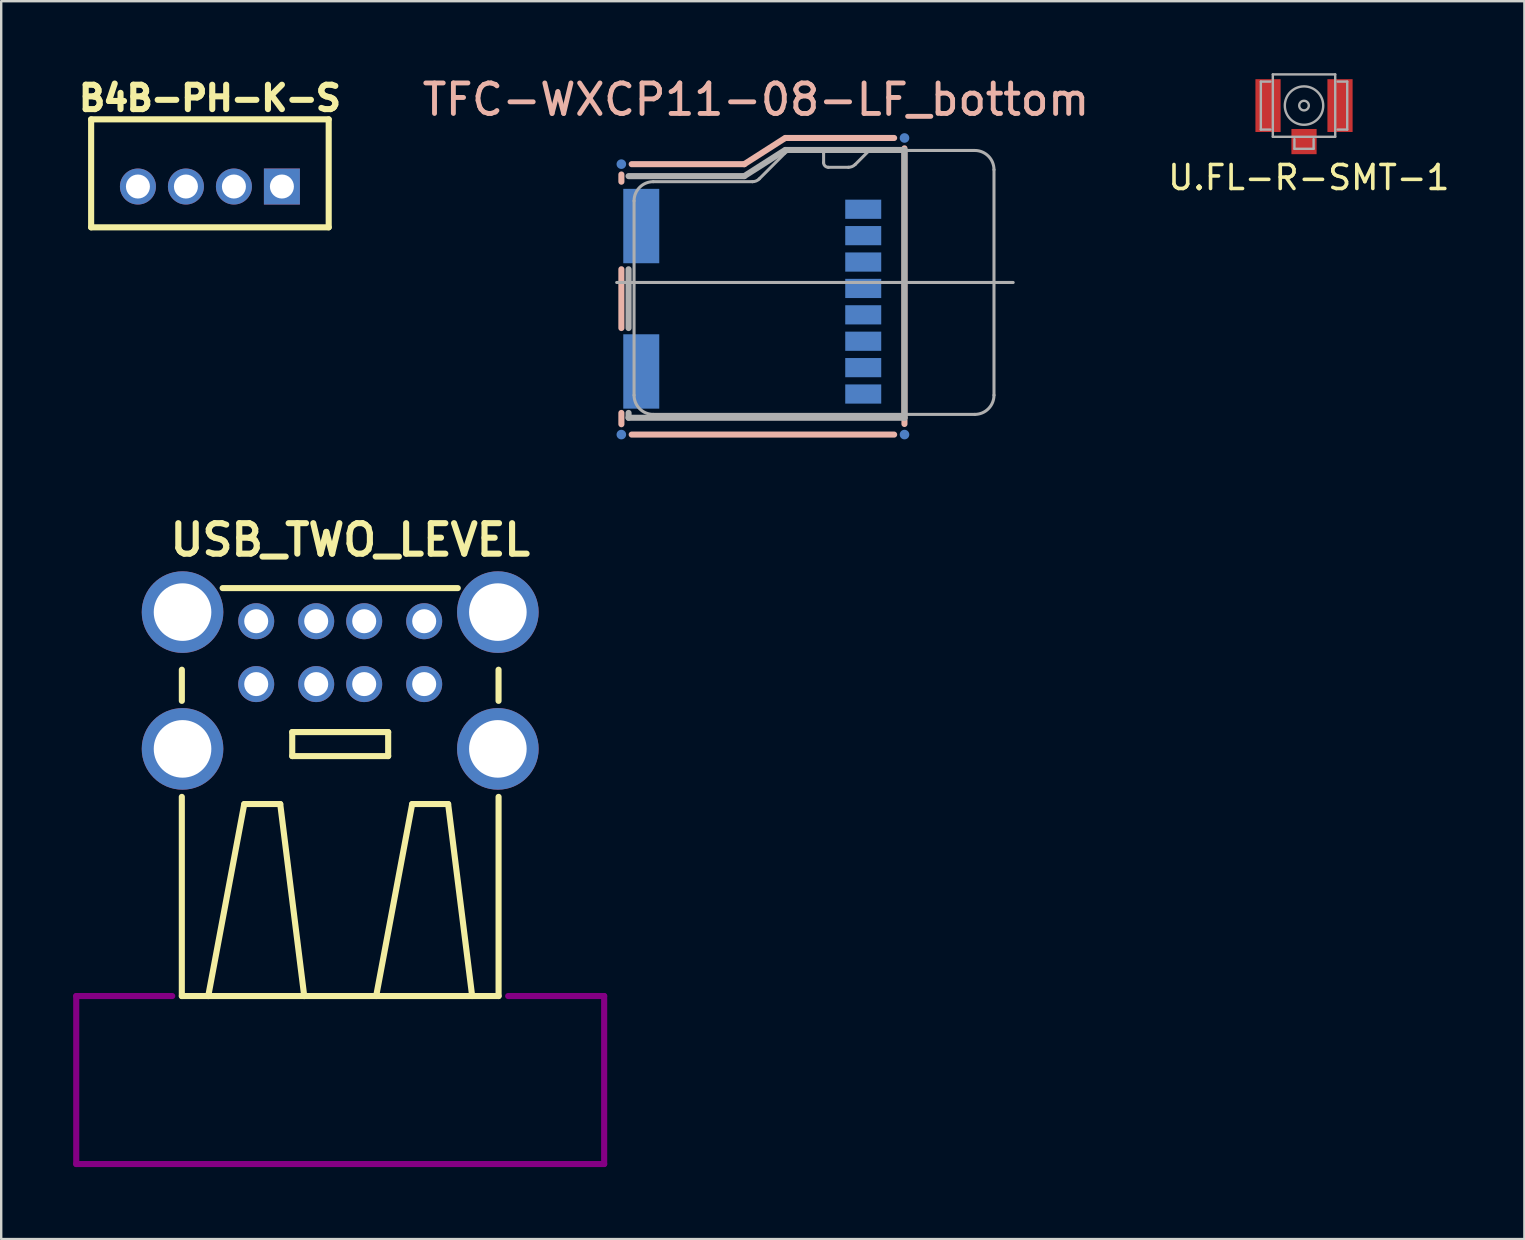
<source format=kicad_pcb>
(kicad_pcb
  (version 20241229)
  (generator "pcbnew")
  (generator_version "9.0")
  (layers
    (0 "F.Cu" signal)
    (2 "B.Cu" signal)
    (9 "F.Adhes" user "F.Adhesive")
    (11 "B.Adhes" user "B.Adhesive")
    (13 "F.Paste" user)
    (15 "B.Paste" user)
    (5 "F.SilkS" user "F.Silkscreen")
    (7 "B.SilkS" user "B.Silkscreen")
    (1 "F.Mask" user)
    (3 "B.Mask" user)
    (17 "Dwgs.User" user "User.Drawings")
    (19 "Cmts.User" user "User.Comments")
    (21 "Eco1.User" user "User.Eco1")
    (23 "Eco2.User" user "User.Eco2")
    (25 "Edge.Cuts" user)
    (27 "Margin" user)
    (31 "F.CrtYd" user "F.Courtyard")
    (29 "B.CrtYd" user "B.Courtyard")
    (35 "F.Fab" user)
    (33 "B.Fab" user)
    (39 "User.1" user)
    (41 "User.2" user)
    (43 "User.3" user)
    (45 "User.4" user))
  (footprint "U.FL-R-SMT-1"
    (layer "F.Cu")
    (at 51.292 1.35)
    (property "Reference" "U.FL-R-SMT-1" (at 0.2 3 0) (layer "F.SilkS") (effects (font (size 1 1) (thickness 0.15))))
    (attr through_hole)
    (fp_line (start -1.8 -1) (end -1.4 -1) (stroke (width 0.1) (type solid)) (layer "F.Fab"))
    (fp_line (start -1.8 1) (end -1.8 -1) (stroke (width 0.1) (type solid)) (layer "F.Fab"))
    (fp_line (start -1.4 1) (end -1.8 1) (stroke (width 0.1) (type solid)) (layer "F.Fab"))
    (fp_line (start -1.3 -1.3) (end 1.3 -1.3) (stroke (width 0.1) (type solid)) (layer "F.Fab"))
    (fp_line (start -1.3 1.3) (end -1.3 -1.3) (stroke (width 0.1) (type solid)) (layer "F.Fab"))
    (fp_line (start -0.4 1.4) (end -0.4 1.8) (stroke (width 0.1) (type solid)) (layer "F.Fab"))
    (fp_line (start -0.4 1.8) (end 0.4 1.8) (stroke (width 0.1) (type solid)) (layer "F.Fab"))
    (fp_line (start 0.4 1.8) (end 0.4 1.4) (stroke (width 0.1) (type solid)) (layer "F.Fab"))
    (fp_line (start 1.3 -1.3) (end 1.3 1.3) (stroke (width 0.1) (type solid)) (layer "F.Fab"))
    (fp_line (start 1.3 1.3) (end -1.3 1.3) (stroke (width 0.1) (type solid)) (layer "F.Fab"))
    (fp_line (start 1.4 -1) (end 1.8 -1) (stroke (width 0.1) (type solid)) (layer "F.Fab"))
    (fp_line (start 1.8 -1) (end 1.8 1) (stroke (width 0.1) (type solid)) (layer "F.Fab"))
    (fp_line (start 1.8 1) (end 1.4 1) (stroke (width 0.1) (type solid)) (layer "F.Fab"))
    (fp_circle (center 0 0) (end 0.2 0) (stroke (width 0.1) (type solid)) (fill no) (layer "F.Fab"))
    (fp_circle (center 0 0) (end 0.8 0) (stroke (width 0.1) (type solid)) (fill no) (layer "F.Fab"))
    (pad "1" smd rect (at 0 1.5) (size 1.05 1.05) (layers "F.Cu" "F.Mask" "F.Paste"))
    (pad "2" smd rect (at -1.5 0) (size 1.05 2.2) (layers "F.Cu" "F.Mask" "F.Paste"))
    (pad "2" smd rect (at 1.5 0) (size 1.05 2.2) (layers "F.Cu" "F.Mask" "F.Paste")))
  (footprint "B4B-PH-K-S"
    (layer "F.Cu")
    (at 5.698 4.723)
    (property "Reference" "B4B-PH-K-S" (at 0 -3.683 0) (layer "F.SilkS") (effects (font (size 1.016 1.016) (thickness 0.254))))
    (attr smd)
    (fp_line (start -4.95 -2.8) (end -4.95 1.7) (stroke (width 0.254) (type solid)) (layer "F.SilkS"))
    (fp_line (start 4.95 -2.8) (end -4.95 -2.8) (stroke (width 0.254) (type solid)) (layer "F.SilkS"))
    (fp_line (start 4.95 -2.8) (end 4.95 1.7) (stroke (width 0.254) (type solid)) (layer "F.SilkS"))
    (fp_line (start 4.95 1.7) (end -4.95 1.7) (stroke (width 0.254) (type solid)) (layer "F.SilkS"))
    (pad "1" thru_hole rect (at 3 0 180) (size 1.5 1.5) (drill 1) (layers "*.Cu" "*.Mask"))
    (pad "2" thru_hole circle (at 1 0 270) (size 1.5 1.5) (drill 1) (layers "*.Cu" "*.Mask"))
    (pad "3" thru_hole circle (at -1 0 270) (size 1.5 1.5) (drill 1) (layers "*.Cu" "*.Mask"))
    (pad "4" thru_hole circle (at -3 0 270) (size 1.5 1.5) (drill 1) (layers "*.Cu" "*.Mask")))
  (footprint "USB_TWO_LEVEL"
    (layer "F.Cu")
    (at 11.127 25.458)
    (property "Reference" "USB_TWO_LEVEL" (at 0.42 -6.01 0) (layer "F.SilkS") (effects (font (size 1.27 1.27) (thickness 0.254))))
    (attr exclude_from_pos_files exclude_from_bom)
    (fp_line (start -6.6 4.7) (end -6.6 13) (stroke (width 0.254) (type solid)) (layer "F.SilkS"))
    (fp_line (start -6.599 -0.599) (end -6.599 0.699) (stroke (width 0.254) (type solid)) (layer "F.SilkS"))
    (fp_line (start -6.599 13) (end -5.499 13) (stroke (width 0.254) (type solid)) (layer "F.SilkS"))
    (fp_line (start -5.5 13) (end -1.5 13) (stroke (width 0.254) (type solid)) (layer "F.SilkS"))
    (fp_line (start -5.499 13) (end -3.998 4.999) (stroke (width 0.254) (type solid)) (layer "F.SilkS"))
    (fp_line (start -3.998 4.999) (end -2.499 4.999) (stroke (width 0.254) (type solid)) (layer "F.SilkS"))
    (fp_line (start -2.499 4.999) (end -1.499 13) (stroke (width 0.254) (type solid)) (layer "F.SilkS"))
    (fp_line (start -1.999 1.999) (end -1.999 3) (stroke (width 0.254) (type solid)) (layer "F.SilkS"))
    (fp_line (start -1.999 3) (end 1.999 3) (stroke (width 0.254) (type solid)) (layer "F.SilkS"))
    (fp_line (start -1.5 13) (end 6.6 13) (stroke (width 0.254) (type solid)) (layer "F.SilkS"))
    (fp_line (start 1.499 13) (end 3 4.999) (stroke (width 0.254) (type solid)) (layer "F.SilkS"))
    (fp_line (start 1.999 1.999) (end -1.999 1.999) (stroke (width 0.254) (type solid)) (layer "F.SilkS"))
    (fp_line (start 1.999 3) (end 1.999 1.999) (stroke (width 0.254) (type solid)) (layer "F.SilkS"))
    (fp_line (start 3 4.999) (end 4.498 4.999) (stroke (width 0.254) (type solid)) (layer "F.SilkS"))
    (fp_line (start 4.498 4.999) (end 5.499 13) (stroke (width 0.254) (type solid)) (layer "F.SilkS"))
    (fp_line (start 4.9 -4) (end -4.9 -4) (stroke (width 0.254) (type solid)) (layer "F.SilkS"))
    (fp_line (start 6.599 0.699) (end 6.599 -0.599) (stroke (width 0.254) (type solid)) (layer "F.SilkS"))
    (fp_line (start 6.6 13) (end 6.6 4.7) (stroke (width 0.254) (type solid)) (layer "F.SilkS"))
    (fp_line (start -11 13) (end -11 20) (stroke (width 0.254) (type solid)) (layer "F.Adhes"))
    (fp_line (start -11 20) (end 11 20) (stroke (width 0.254) (type solid)) (layer "F.Adhes"))
    (fp_line (start -7 13) (end -11 13) (stroke (width 0.254) (type solid)) (layer "F.Adhes"))
    (fp_line (start 11 13) (end 7 13) (stroke (width 0.254) (type solid)) (layer "F.Adhes"))
    (fp_line (start 11 20) (end 11 13) (stroke (width 0.254) (type solid)) (layer "F.Adhes"))
    (pad "0" thru_hole circle (at -6.57 -3) (size 3.4 3.4) (drill 2.4) (layers "*.Cu" "*.Mask"))
    (pad "0" thru_hole circle (at -6.57 2.7) (size 3.4 3.4) (drill 2.4) (layers "*.Cu" "*.Mask"))
    (pad "0" thru_hole circle (at 6.57 -3) (size 3.4 3.4) (drill 2.4) (layers "*.Cu" "*.Mask"))
    (pad "0" thru_hole circle (at 6.57 2.7) (size 3.4 3.4) (drill 2.4) (layers "*.Cu" "*.Mask"))
    (pad "1.1" thru_hole circle (at -3.5 -2.62) (size 1.5 1.5) (drill 1) (layers "*.Cu" "*.Mask"))
    (pad "1.2" thru_hole circle (at -1 -2.62) (size 1.5 1.5) (drill 1) (layers "*.Cu" "*.Mask"))
    (pad "1.3" thru_hole circle (at 1 -2.62) (size 1.5 1.5) (drill 1) (layers "*.Cu" "*.Mask"))
    (pad "1.4" thru_hole circle (at 3.5 -2.62) (size 1.5 1.5) (drill 1) (layers "*.Cu" "*.Mask"))
    (pad "2.1" thru_hole circle (at -3.5 0) (size 1.5 1.5) (drill 1) (layers "*.Cu" "*.Mask"))
    (pad "2.2" thru_hole circle (at -1 0) (size 1.5 1.5) (drill 1) (layers "*.Cu" "*.Mask"))
    (pad "2.3" thru_hole circle (at 1 0) (size 1.5 1.5) (drill 1) (layers "*.Cu" "*.Mask"))
    (pad "2.4" thru_hole circle (at 3.5 0) (size 1.5 1.5) (drill 1) (layers "*.Cu" "*.Mask")))
  (footprint "TFC-WXCP11-08-LF_bottom"
    (layer "B.Cu")
    (at 28.923 9.52)
    (property "Reference" "TFC-WXCP11-08-LF_bottom" (at -0.47 -8.42 0) (layer "B.SilkS") (effects (font (size 1.27 1.27) (thickness 0.203))))
    (attr smd)
    (fp_line (start -6.078 -4.999) (end -6.078 -5.298) (stroke (width 0.254) (type solid)) (layer "B.SilkS"))
    (fp_line (start -6.078 1.1) (end -6.078 -1.349) (stroke (width 0.254) (type solid)) (layer "B.SilkS"))
    (fp_line (start -6.078 5.108) (end -6.078 4.638) (stroke (width 0.254) (type solid)) (layer "B.SilkS"))
    (fp_line (start -5.649 -5.728) (end -0.958 -5.728) (stroke (width 0.254) (type solid)) (layer "B.SilkS"))
    (fp_line (start -0.958 -5.728) (end 0.749 -6.82) (stroke (width 0.254) (type solid)) (layer "B.SilkS"))
    (fp_line (start 5.288 -6.82) (end 0.77 -6.82) (stroke (width 0.254) (type solid)) (layer "B.SilkS"))
    (fp_line (start 5.288 5.54) (end -5.649 5.54) (stroke (width 0.254) (type solid)) (layer "B.SilkS"))
    (fp_line (start 5.718 5.098) (end 5.718 -6.388) (stroke (width 0.254) (type solid)) (layer "B.SilkS"))
    (fp_line (start -6.274 -0.798) (end 10.249 -0.798) (stroke (width 0.127) (type solid)) (layer "F.Fab"))
    (fp_line (start -5.779 -5.23) (end -0.958 -5.23) (stroke (width 0.254) (type solid)) (layer "F.Fab"))
    (fp_line (start -5.779 1.1) (end -5.779 -1.349) (stroke (width 0.254) (type solid)) (layer "F.Fab"))
    (fp_line (start -5.779 4.839) (end -5.779 4.638) (stroke (width 0.254) (type solid)) (layer "F.Fab"))
    (fp_line (start -5.55 3.899) (end -5.55 -4.199) (stroke (width 0.127) (type solid)) (layer "F.Fab"))
    (fp_line (start -4.75 -4.999) (end -0.615 -4.999) (stroke (width 0.127) (type solid)) (layer "F.Fab"))
    (fp_line (start -0.958 -5.23) (end 0.749 -6.32) (stroke (width 0.254) (type solid)) (layer "F.Fab"))
    (fp_line (start -0.333 -5.116) (end 0.732 -6.182) (stroke (width 0.127) (type solid)) (layer "F.Fab"))
    (fp_line (start 1.013 -6.299) (end 2.248 -6.299) (stroke (width 0.127) (type solid)) (layer "F.Fab"))
    (fp_line (start 2.349 -6.198) (end 2.349 -5.799) (stroke (width 0.127) (type solid)) (layer "F.Fab"))
    (fp_line (start 2.548 -5.598) (end 3.383 -5.598) (stroke (width 0.127) (type solid)) (layer "F.Fab"))
    (fp_line (start 3.665 -5.715) (end 4.249 -6.299) (stroke (width 0.127) (type solid)) (layer "F.Fab"))
    (fp_line (start 4.249 -6.299) (end 8.649 -6.299) (stroke (width 0.127) (type solid)) (layer "F.Fab"))
    (fp_line (start 5.718 -6.32) (end 0.77 -6.32) (stroke (width 0.254) (type solid)) (layer "F.Fab"))
    (fp_line (start 5.718 4.839) (end -5.779 4.839) (stroke (width 0.254) (type solid)) (layer "F.Fab"))
    (fp_line (start 5.718 4.839) (end 5.718 -6.32) (stroke (width 0.254) (type solid)) (layer "F.Fab"))
    (fp_line (start 8.649 4.699) (end -4.75 4.699) (stroke (width 0.127) (type solid)) (layer "F.Fab"))
    (fp_line (start 9.449 -5.499) (end 9.449 3.899) (stroke (width 0.127) (type solid)) (layer "F.Fab"))
    (fp_arc (start -5.5499 -4.19862) (mid -5.315556 -4.764376) (end -4.7498 -4.99872) (stroke (width 0.127) (type solid)) (layer "F.Fab"))
    (fp_arc (start -4.7498 4.699) (mid -5.315556 4.464656) (end -5.5499 3.8989) (stroke (width 0.127) (type solid)) (layer "F.Fab"))
    (fp_arc (start -0.33274 -5.11556) (mid -0.462095 -5.029128) (end -0.61468 -4.998777) (stroke (width 0.127) (type solid)) (layer "F.Fab"))
    (fp_arc (start 0.73152 -6.18236) (mid 0.861524 -6.268467) (end 1.014557 -6.298402) (stroke (width 0.127) (type solid)) (layer "F.Fab"))
    (fp_arc (start 2.2479 -6.2992) (mid 2.319742 -6.269442) (end 2.3495 -6.1976) (stroke (width 0.127) (type solid)) (layer "F.Fab"))
    (fp_arc (start 2.54762 -5.59816) (mid 2.405732 -5.656932) (end 2.34696 -5.79882) (stroke (width 0.127) (type solid)) (layer "F.Fab"))
    (fp_arc (start 3.66522 -5.715) (mid 3.534893 -5.628761) (end 3.381484 -5.598961) (stroke (width 0.127) (type solid)) (layer "F.Fab"))
    (fp_arc (start 8.6487 -6.2992) (mid 9.214456 -6.064856) (end 9.4488 -5.4991) (stroke (width 0.127) (type solid)) (layer "F.Fab"))
    (fp_arc (start 9.4488 3.8989) (mid 9.214456 4.464656) (end 8.6487 4.699) (stroke (width 0.127) (type solid)) (layer "F.Fab"))
    (pad "1" smd rect (at 4 -3.85 90) (size 0.8 1.5) (layers "B.Cu" "B.Mask" "B.Paste"))
    (pad "2" smd rect (at 4 -2.75 90) (size 0.8 1.5) (layers "B.Cu" "B.Mask" "B.Paste"))
    (pad "3" smd rect (at 4 -1.65 90) (size 0.8 1.5) (layers "B.Cu" "B.Mask" "B.Paste"))
    (pad "4" smd rect (at 4 -0.55 90) (size 0.8 1.5) (layers "B.Cu" "B.Mask" "B.Paste"))
    (pad "5" smd rect (at 4 0.55 90) (size 0.8 1.5) (layers "B.Cu" "B.Mask" "B.Paste"))
    (pad "6" smd rect (at 4 1.65 90) (size 0.8 1.5) (layers "B.Cu" "B.Mask" "B.Paste"))
    (pad "7" smd rect (at 4 2.75 90) (size 0.8 1.5) (layers "B.Cu" "B.Mask" "B.Paste"))
    (pad "8" smd rect (at 4 3.85 90) (size 0.8 1.5) (layers "B.Cu" "B.Mask" "B.Paste"))
    (pad "FID1" smd circle (at 5.72 -6.82 90) (size 0.4 0.4) (layers "B.Cu" "B.Mask"))
    (pad "FID2" smd circle (at -6.08 -5.73 90) (size 0.4 0.4) (layers "B.Cu" "B.Mask"))
    (pad "FID3" smd circle (at -6.08 5.54 90) (size 0.4 0.4) (layers "B.Cu" "B.Mask"))
    (pad "FID4" smd circle (at 5.72 5.54 90) (size 0.4 0.4) (layers "B.Cu" "B.Mask"))
    (pad "SH1" smd rect (at -5.25 2.91 90) (size 3.1 1.5) (layers "B.Cu" "B.Mask" "B.Paste"))
    (pad "SH2" smd rect (at -5.25 -3.15 90) (size 3.1 1.5) (layers "B.Cu" "B.Mask" "B.Paste")))
  (gr_rect
    (start -3 -3)
    (end 60.475 48.585)
    (stroke (width 0.1) (type default))
    (fill no)
    (layer "Edge.Cuts")))
</source>
